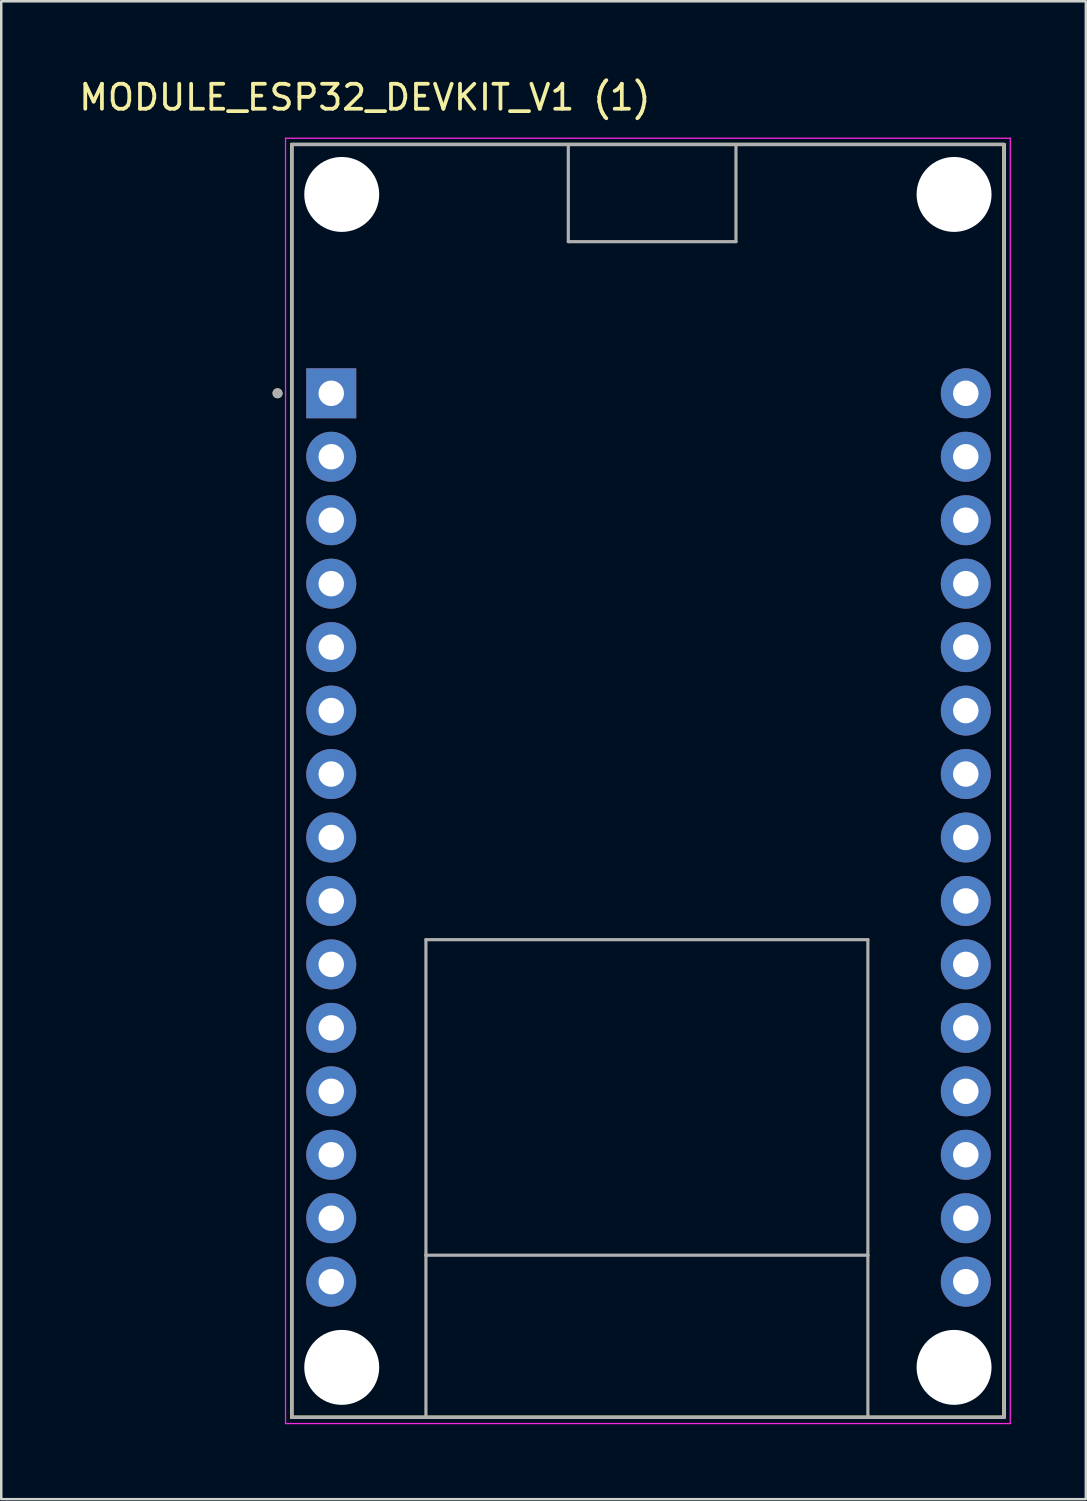
<source format=kicad_pcb>
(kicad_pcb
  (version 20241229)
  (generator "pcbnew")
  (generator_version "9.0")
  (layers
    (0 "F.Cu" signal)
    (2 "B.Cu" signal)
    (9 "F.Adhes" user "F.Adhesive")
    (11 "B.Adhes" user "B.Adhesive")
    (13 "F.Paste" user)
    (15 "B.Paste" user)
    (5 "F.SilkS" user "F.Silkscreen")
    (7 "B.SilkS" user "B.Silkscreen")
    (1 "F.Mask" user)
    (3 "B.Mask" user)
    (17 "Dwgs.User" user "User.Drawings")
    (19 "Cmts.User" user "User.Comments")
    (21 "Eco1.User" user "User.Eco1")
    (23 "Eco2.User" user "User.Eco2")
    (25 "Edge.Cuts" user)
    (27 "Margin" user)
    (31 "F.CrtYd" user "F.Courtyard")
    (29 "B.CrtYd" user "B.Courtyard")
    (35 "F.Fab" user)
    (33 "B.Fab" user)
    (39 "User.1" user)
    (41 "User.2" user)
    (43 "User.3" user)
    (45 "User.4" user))
  (footprint "MODULE_ESP32_DEVKIT_V1 (1)"
    (layer "F.Cu")
    (at 22.909 28.208)
    (property "Reference" "MODULE_ESP32_DEVKIT_V1 (1)" (at -11.355 -27.36 0) (layer "F.SilkS") (effects (font (size 1 1) (thickness 0.15))))
    (attr through_hole)
    (fp_line (start -14.28 -25.475) (end -3.211 -25.475) (stroke (width 0.127) (type solid)) (layer "F.SilkS"))
    (fp_line (start -14.28 -25.475) (end 14.23 -25.475) (stroke (width 0.127) (type solid)) (layer "F.SilkS"))
    (fp_line (start -14.28 25.475) (end -14.28 -25.475) (stroke (width 0.127) (type solid)) (layer "F.SilkS"))
    (fp_line (start -14.28 25.475) (end -14.28 -25.475) (stroke (width 0.127) (type solid)) (layer "F.SilkS"))
    (fp_line (start -14.28 25.475) (end -8.91 25.475) (stroke (width 0.127) (type solid)) (layer "F.SilkS"))
    (fp_line (start -8.91 25.475) (end 8.78 25.475) (stroke (width 0.127) (type solid)) (layer "F.SilkS"))
    (fp_line (start -3.211 -25.475) (end 3.5 -25.475) (stroke (width 0.127) (type solid)) (layer "F.SilkS"))
    (fp_line (start 3.5 -25.475) (end 14.23 -25.475) (stroke (width 0.127) (type solid)) (layer "F.SilkS"))
    (fp_line (start 8.78 25.475) (end 14.23 25.475) (stroke (width 0.127) (type solid)) (layer "F.SilkS"))
    (fp_line (start 14.23 -25.475) (end 14.23 25.475) (stroke (width 0.127) (type solid)) (layer "F.SilkS"))
    (fp_line (start 14.23 -25.475) (end 14.23 25.475) (stroke (width 0.127) (type solid)) (layer "F.SilkS"))
    (fp_line (start 14.23 25.475) (end -14.28 25.475) (stroke (width 0.127) (type solid)) (layer "F.SilkS"))
    (fp_circle (center -14.85 -15.515) (end -14.75 -15.515) (stroke (width 0.2) (type solid)) (fill no) (layer "F.SilkS"))
    (fp_line (start -14.53 -25.725) (end -14.53 25.725) (stroke (width 0.05) (type solid)) (layer "F.CrtYd"))
    (fp_line (start -14.53 25.725) (end 14.48 25.725) (stroke (width 0.05) (type solid)) (layer "F.CrtYd"))
    (fp_line (start 14.48 -25.725) (end -14.53 -25.725) (stroke (width 0.05) (type solid)) (layer "F.CrtYd"))
    (fp_line (start 14.48 25.725) (end 14.48 -25.725) (stroke (width 0.05) (type solid)) (layer "F.CrtYd"))
    (fp_line (start -14.28 -25.475) (end -3.211 -25.475) (stroke (width 0.127) (type solid)) (layer "F.Fab"))
    (fp_line (start -14.28 25.475) (end -14.28 -25.475) (stroke (width 0.127) (type solid)) (layer "F.Fab"))
    (fp_line (start -14.28 25.475) (end -8.91 25.475) (stroke (width 0.127) (type solid)) (layer "F.Fab"))
    (fp_line (start -8.91 6.355) (end 8.78 6.355) (stroke (width 0.127) (type solid)) (layer "F.Fab"))
    (fp_line (start -8.91 18.985) (end -8.91 6.355) (stroke (width 0.127) (type solid)) (layer "F.Fab"))
    (fp_line (start -8.91 18.985) (end 8.78 18.985) (stroke (width 0.127) (type solid)) (layer "F.Fab"))
    (fp_line (start -8.91 25.475) (end -8.91 18.985) (stroke (width 0.127) (type solid)) (layer "F.Fab"))
    (fp_line (start -8.91 25.475) (end 8.78 25.475) (stroke (width 0.127) (type solid)) (layer "F.Fab"))
    (fp_line (start -3.211 -25.475) (end 3.5 -25.475) (stroke (width 0.127) (type solid)) (layer "F.Fab"))
    (fp_line (start -3.211 -21.585) (end -3.211 -25.475) (stroke (width 0.127) (type solid)) (layer "F.Fab"))
    (fp_line (start 3.5 -25.475) (end 3.5 -21.585) (stroke (width 0.127) (type solid)) (layer "F.Fab"))
    (fp_line (start 3.5 -25.475) (end 14.23 -25.475) (stroke (width 0.127) (type solid)) (layer "F.Fab"))
    (fp_line (start 3.5 -21.585) (end -3.211 -21.585) (stroke (width 0.127) (type solid)) (layer "F.Fab"))
    (fp_line (start 8.78 6.355) (end 8.78 18.985) (stroke (width 0.127) (type solid)) (layer "F.Fab"))
    (fp_line (start 8.78 18.985) (end 8.78 25.475) (stroke (width 0.127) (type solid)) (layer "F.Fab"))
    (fp_line (start 8.78 25.475) (end 14.23 25.475) (stroke (width 0.127) (type solid)) (layer "F.Fab"))
    (fp_line (start 14.23 -25.475) (end 14.23 25.475) (stroke (width 0.127) (type solid)) (layer "F.Fab"))
    (fp_circle (center -14.85 -15.515) (end -14.75 -15.515) (stroke (width 0.2) (type solid)) (fill no) (layer "F.Fab"))
    (pad "" np_thru_hole circle (at -12.28 -23.475) (size 3 3) (drill 3) (layers "*.Cu" "*.Mask"))
    (pad "" np_thru_hole circle (at -12.28 23.475) (size 3 3) (drill 3) (layers "*.Cu" "*.Mask"))
    (pad "" np_thru_hole circle (at 12.23 -23.475) (size 3 3) (drill 3) (layers "*.Cu" "*.Mask"))
    (pad "" np_thru_hole circle (at 12.23 23.475) (size 3 3) (drill 3) (layers "*.Cu" "*.Mask"))
    (pad "1" thru_hole rect (at -12.7 -15.515) (size 2 2) (drill 1.02) (layers "*.Cu" "*.Mask"))
    (pad "2" thru_hole circle (at -12.7 -12.975) (size 2 2) (drill 1.02) (layers "*.Cu" "*.Mask"))
    (pad "3" thru_hole circle (at -12.7 -10.435) (size 2 2) (drill 1.02) (layers "*.Cu" "*.Mask"))
    (pad "4" thru_hole circle (at -12.7 -7.895) (size 2 2) (drill 1.02) (layers "*.Cu" "*.Mask"))
    (pad "5" thru_hole circle (at -12.7 -5.355) (size 2 2) (drill 1.02) (layers "*.Cu" "*.Mask"))
    (pad "6" thru_hole circle (at -12.7 -2.815) (size 2 2) (drill 1.02) (layers "*.Cu" "*.Mask"))
    (pad "7" thru_hole circle (at -12.7 -0.275) (size 2 2) (drill 1.02) (layers "*.Cu" "*.Mask"))
    (pad "8" thru_hole circle (at -12.7 2.265) (size 2 2) (drill 1.02) (layers "*.Cu" "*.Mask"))
    (pad "9" thru_hole circle (at -12.7 4.805) (size 2 2) (drill 1.02) (layers "*.Cu" "*.Mask"))
    (pad "10" thru_hole circle (at -12.7 7.345) (size 2 2) (drill 1.02) (layers "*.Cu" "*.Mask"))
    (pad "11" thru_hole circle (at -12.7 9.885) (size 2 2) (drill 1.02) (layers "*.Cu" "*.Mask"))
    (pad "12" thru_hole circle (at -12.7 12.425) (size 2 2) (drill 1.02) (layers "*.Cu" "*.Mask"))
    (pad "13" thru_hole circle (at -12.7 14.965) (size 2 2) (drill 1.02) (layers "*.Cu" "*.Mask"))
    (pad "14" thru_hole circle (at -12.7 17.505) (size 2 2) (drill 1.02) (layers "*.Cu" "*.Mask"))
    (pad "15" thru_hole circle (at -12.7 20.045) (size 2 2) (drill 1.02) (layers "*.Cu" "*.Mask"))
    (pad "16" thru_hole circle (at 12.7 20.045) (size 2 2) (drill 1.02) (layers "*.Cu" "*.Mask"))
    (pad "17" thru_hole circle (at 12.7 17.505) (size 2 2) (drill 1.02) (layers "*.Cu" "*.Mask"))
    (pad "18" thru_hole circle (at 12.7 14.965) (size 2 2) (drill 1.02) (layers "*.Cu" "*.Mask"))
    (pad "19" thru_hole circle (at 12.7 12.425) (size 2 2) (drill 1.02) (layers "*.Cu" "*.Mask"))
    (pad "20" thru_hole circle (at 12.7 9.885) (size 2 2) (drill 1.02) (layers "*.Cu" "*.Mask"))
    (pad "21" thru_hole circle (at 12.7 7.345) (size 2 2) (drill 1.02) (layers "*.Cu" "*.Mask"))
    (pad "22" thru_hole circle (at 12.7 4.805) (size 2 2) (drill 1.02) (layers "*.Cu" "*.Mask"))
    (pad "23" thru_hole circle (at 12.7 2.265) (size 2 2) (drill 1.02) (layers "*.Cu" "*.Mask"))
    (pad "24" thru_hole circle (at 12.7 -0.275) (size 2 2) (drill 1.02) (layers "*.Cu" "*.Mask"))
    (pad "25" thru_hole circle (at 12.7 -2.815) (size 2 2) (drill 1.02) (layers "*.Cu" "*.Mask"))
    (pad "26" thru_hole circle (at 12.7 -5.355) (size 2 2) (drill 1.02) (layers "*.Cu" "*.Mask"))
    (pad "27" thru_hole circle (at 12.7 -7.895) (size 2 2) (drill 1.02) (layers "*.Cu" "*.Mask"))
    (pad "28" thru_hole circle (at 12.7 -10.435) (size 2 2) (drill 1.02) (layers "*.Cu" "*.Mask"))
    (pad "29" thru_hole circle (at 12.7 -12.975) (size 2 2) (drill 1.02) (layers "*.Cu" "*.Mask"))
    (pad "30" thru_hole circle (at 12.7 -15.515) (size 2 2) (drill 1.02) (layers "*.Cu" "*.Mask"))
    (zone (net_name "") (layer "F.Cu") (hatch full 0.508) (connect_pads) (min_thickness 0.01) (filled_areas_thickness no) (keepout (tracks not_allowed) (vias not_allowed) (pads not_allowed) (copperpour not_allowed) (footprints allowed)) (placement (enabled no)) (fill) (polygon (pts (xy 13.999 47.193) (xy 31.689 47.193) (xy 31.689 53.683) (xy 13.999 53.683))))
    (zone (net_name "") (layers "F.Cu" "B.Cu") (hatch full 0.508) (connect_pads) (min_thickness 0.01) (filled_areas_thickness no) (keepout (tracks allowed) (vias not_allowed) (pads allowed) (copperpour allowed) (footprints allowed)) (placement (enabled no)) (fill) (polygon (pts (xy 13.999 47.193) (xy 31.689 47.193) (xy 31.689 53.683) (xy 13.999 53.683))))
    (zone (net_name "") (layer "B.Cu") (hatch full 0.508) (connect_pads) (min_thickness 0.01) (filled_areas_thickness no) (keepout (tracks not_allowed) (vias not_allowed) (pads not_allowed) (copperpour not_allowed) (footprints allowed)) (placement (enabled no)) (fill) (polygon (pts (xy 13.999 47.193) (xy 31.689 47.193) (xy 31.689 53.683) (xy 13.999 53.683)))))
  (gr_rect
    (start -3 -3)
    (end 40.414 56.958)
    (stroke (width 0.1) (type default))
    (fill no)
    (layer "Edge.Cuts")))
</source>
